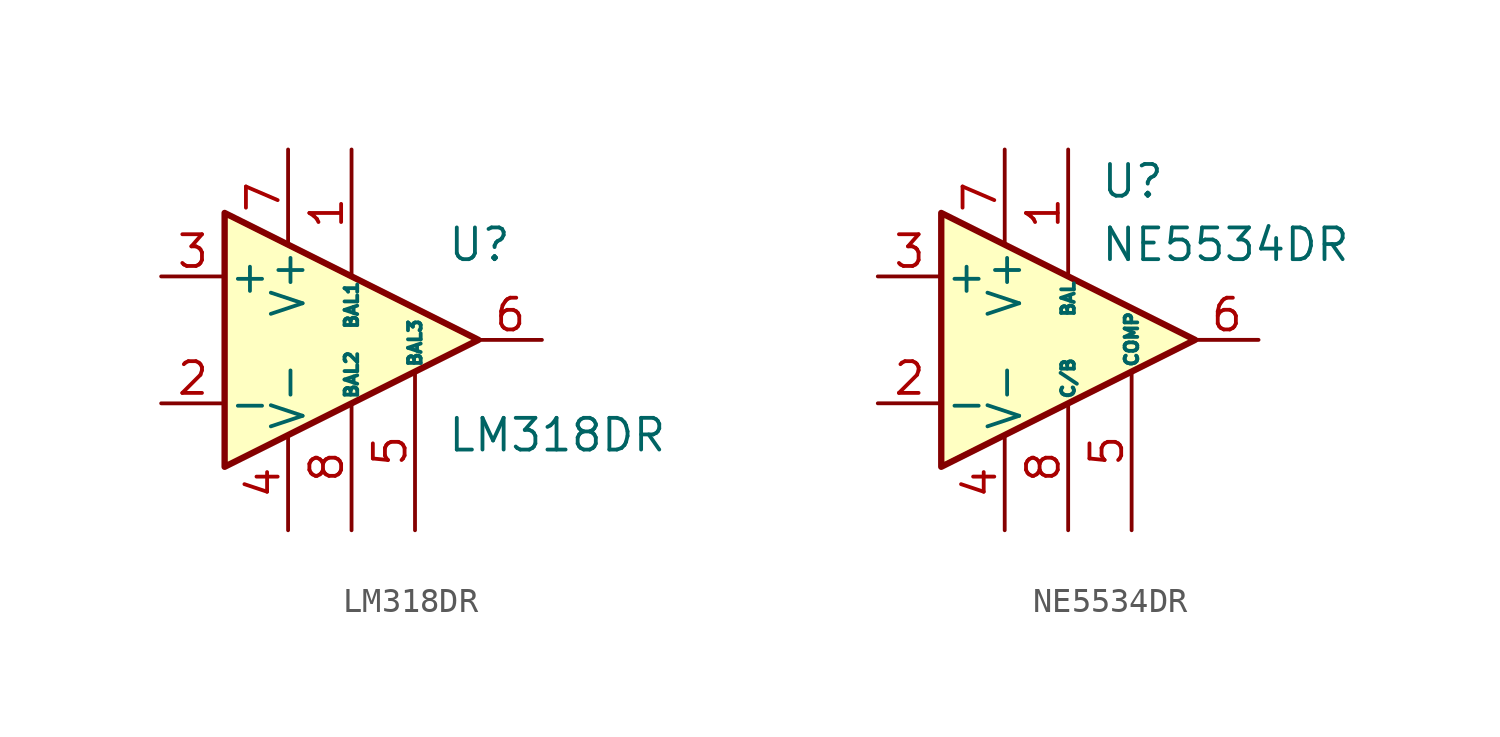
<source format=kicad_sym>
(kicad_symbol_lib
  (version 20211014)
  (generator kicad_symbol_editor)
  (symbol "LM318DR"
    (pin_names
      (offset 0.127))
    (property "Reference" "U"
      (at 3.81 3.81 0)
      (effects (font (size 1.27 1.27)) (justify left)))
    (property "Value" "LM318DR"
      (at 3.81 -3.81 0)
      (effects (font (size 1.27 1.27)) (justify left)))
    (symbol "LM318DR_0_1"
      (polyline (pts (xy 5.08 0) (xy -5.08 5.08) (xy -5.08 -5.08) (xy 5.08 0)) (stroke (width 0.254) (type default) (color 0 0 0 0)) (fill (type background))))
    (symbol "LM318DR_1_1"
      (pin passive line (at 0 7.62 270) (length 5.08) (name "BAL1" (effects (font (size 0.508 0.508)))) (number "1" (effects (font (size 1.27 1.27)))))
      (pin input line (at -7.62 -2.54 0) (length 2.54) (name "-" (effects (font (size 1.27 1.27)))) (number "2" (effects (font (size 1.27 1.27)))))
      (pin input line (at -7.62 2.54 0) (length 2.54) (name "+" (effects (font (size 1.27 1.27)))) (number "3" (effects (font (size 1.27 1.27)))))
      (pin power_in line (at -2.54 -7.62 90) (length 3.81) (name "V-" (effects (font (size 1.27 1.27)))) (number "4" (effects (font (size 1.27 1.27)))))
      (pin passive line (at 2.54 -7.62 90) (length 6.35) (name "BAL3" (effects (font (size 0.508 0.508)))) (number "5" (effects (font (size 1.27 1.27)))))
      (pin output line (at 7.62 0 180) (length 2.54) (name "~" (effects (font (size 1.27 1.27)))) (number "6" (effects (font (size 1.27 1.27)))))
      (pin power_in line (at -2.54 7.62 270) (length 3.81) (name "V+" (effects (font (size 1.27 1.27)))) (number "7" (effects (font (size 1.27 1.27)))))
      (pin passive line (at 0 -7.62 90) (length 5.08) (name "BAL2" (effects (font (size 0.508 0.508)))) (number "8" (effects (font (size 1.27 1.27)))))))
  (symbol "NE5534DR"
    (pin_names
      (offset 0.127))
    (property "Reference" "U"
      (at 1.27 6.35 0)
      (effects (font (size 1.27 1.27)) (justify left)))
    (property "Value" "NE5534DR"
      (at 1.27 3.81 0)
      (effects (font (size 1.27 1.27)) (justify left)))
    (symbol "NE5534DR_0_1"
      (polyline (pts (xy -5.08 5.08) (xy 5.08 0) (xy -5.08 -5.08) (xy -5.08 5.08)) (stroke (width 0.254) (type default) (color 0 0 0 0)) (fill (type background))))
    (symbol "NE5534DR_1_1"
      (pin input line (at 0 7.62 270) (length 5.08) (name "BAL" (effects (font (size 0.508 0.508)))) (number "1" (effects (font (size 1.27 1.27)))))
      (pin input line (at -7.62 -2.54 0) (length 2.54) (name "-" (effects (font (size 1.27 1.27)))) (number "2" (effects (font (size 1.27 1.27)))))
      (pin input line (at -7.62 2.54 0) (length 2.54) (name "+" (effects (font (size 1.27 1.27)))) (number "3" (effects (font (size 1.27 1.27)))))
      (pin power_in line (at -2.54 -7.62 90) (length 3.81) (name "V-" (effects (font (size 1.27 1.27)))) (number "4" (effects (font (size 1.27 1.27)))))
      (pin input line (at 2.54 -7.62 90) (length 6.35) (name "COMP" (effects (font (size 0.508 0.508)))) (number "5" (effects (font (size 1.27 1.27)))))
      (pin output line (at 7.62 0 180) (length 2.54) (name "~" (effects (font (size 1.27 1.27)))) (number "6" (effects (font (size 1.27 1.27)))))
      (pin power_in line (at -2.54 7.62 270) (length 3.81) (name "V+" (effects (font (size 1.27 1.27)))) (number "7" (effects (font (size 1.27 1.27)))))
      (pin input line (at 0 -7.62 90) (length 5.08) (name "C/B" (effects (font (size 0.508 0.508)))) (number "8" (effects (font (size 1.27 1.27))))))))
</source>
